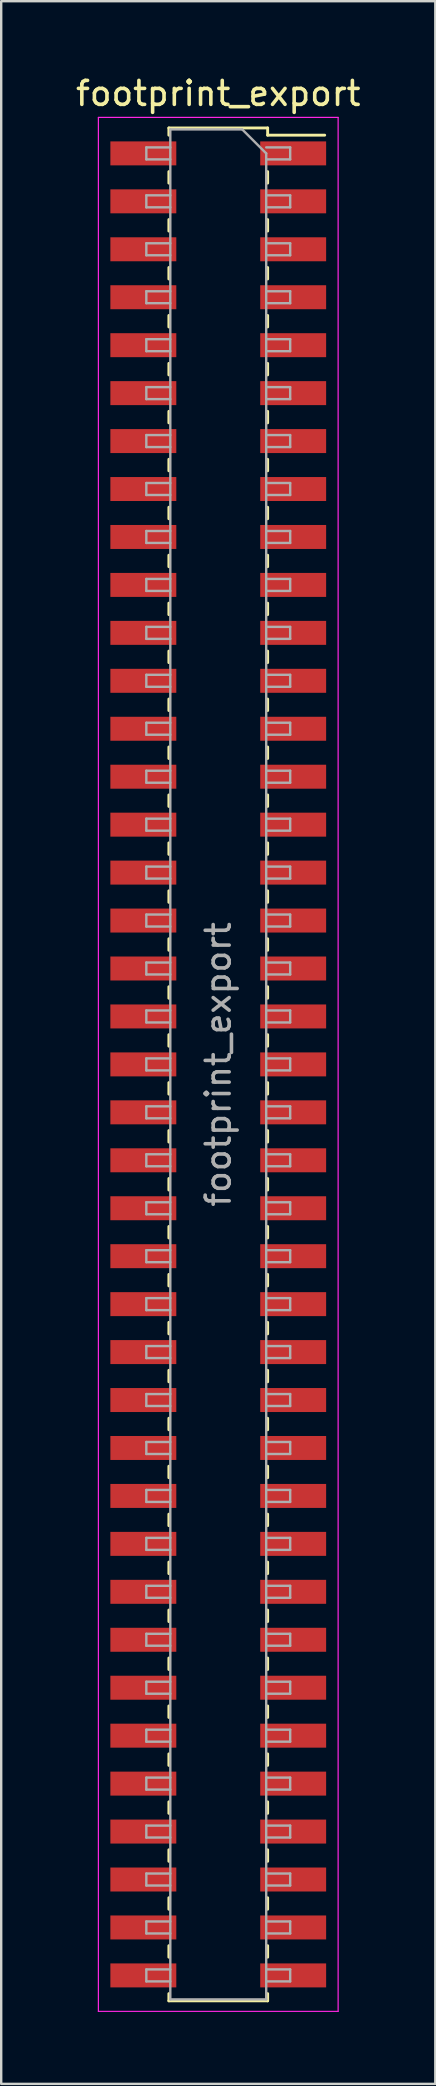
<source format=kicad_pcb>
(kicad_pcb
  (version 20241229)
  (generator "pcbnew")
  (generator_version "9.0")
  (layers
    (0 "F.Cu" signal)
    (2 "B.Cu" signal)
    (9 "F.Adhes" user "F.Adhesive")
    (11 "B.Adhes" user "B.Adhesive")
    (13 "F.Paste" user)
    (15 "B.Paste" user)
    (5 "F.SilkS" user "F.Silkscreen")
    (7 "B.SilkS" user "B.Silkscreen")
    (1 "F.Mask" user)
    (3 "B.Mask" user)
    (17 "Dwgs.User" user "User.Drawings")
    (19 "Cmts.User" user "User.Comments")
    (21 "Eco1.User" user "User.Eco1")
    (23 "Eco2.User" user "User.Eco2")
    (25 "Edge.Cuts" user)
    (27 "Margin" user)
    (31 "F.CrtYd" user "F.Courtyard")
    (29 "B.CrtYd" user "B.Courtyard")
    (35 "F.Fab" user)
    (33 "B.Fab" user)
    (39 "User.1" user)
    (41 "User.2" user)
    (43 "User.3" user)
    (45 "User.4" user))
  (footprint "footprint_export"
    (layer "F.Cu")
    (at 6.054 41.348)
    (property "Reference" "footprint_export" (at 0 -40.5 0) (layer "F.SilkS") (effects (font (size 1 1) (thickness 0.15))))
    (attr smd)
    (fp_line (start -2.06 -39.06) (end -2.06 -38.76) (stroke (width 0.12) (type solid)) (layer "F.SilkS"))
    (fp_line (start -2.06 -39.06) (end 2.06 -39.06) (stroke (width 0.12) (type solid)) (layer "F.SilkS"))
    (fp_line (start -2.06 -37.24) (end -2.06 -36.76) (stroke (width 0.12) (type solid)) (layer "F.SilkS"))
    (fp_line (start -2.06 -35.24) (end -2.06 -34.76) (stroke (width 0.12) (type solid)) (layer "F.SilkS"))
    (fp_line (start -2.06 -33.24) (end -2.06 -32.76) (stroke (width 0.12) (type solid)) (layer "F.SilkS"))
    (fp_line (start -2.06 -31.24) (end -2.06 -30.76) (stroke (width 0.12) (type solid)) (layer "F.SilkS"))
    (fp_line (start -2.06 -29.24) (end -2.06 -28.76) (stroke (width 0.12) (type solid)) (layer "F.SilkS"))
    (fp_line (start -2.06 -27.24) (end -2.06 -26.76) (stroke (width 0.12) (type solid)) (layer "F.SilkS"))
    (fp_line (start -2.06 -25.24) (end -2.06 -24.76) (stroke (width 0.12) (type solid)) (layer "F.SilkS"))
    (fp_line (start -2.06 -23.24) (end -2.06 -22.76) (stroke (width 0.12) (type solid)) (layer "F.SilkS"))
    (fp_line (start -2.06 -21.24) (end -2.06 -20.76) (stroke (width 0.12) (type solid)) (layer "F.SilkS"))
    (fp_line (start -2.06 -19.24) (end -2.06 -18.76) (stroke (width 0.12) (type solid)) (layer "F.SilkS"))
    (fp_line (start -2.06 -17.24) (end -2.06 -16.76) (stroke (width 0.12) (type solid)) (layer "F.SilkS"))
    (fp_line (start -2.06 -15.24) (end -2.06 -14.76) (stroke (width 0.12) (type solid)) (layer "F.SilkS"))
    (fp_line (start -2.06 -13.24) (end -2.06 -12.76) (stroke (width 0.12) (type solid)) (layer "F.SilkS"))
    (fp_line (start -2.06 -11.24) (end -2.06 -10.76) (stroke (width 0.12) (type solid)) (layer "F.SilkS"))
    (fp_line (start -2.06 -9.24) (end -2.06 -8.76) (stroke (width 0.12) (type solid)) (layer "F.SilkS"))
    (fp_line (start -2.06 -7.24) (end -2.06 -6.76) (stroke (width 0.12) (type solid)) (layer "F.SilkS"))
    (fp_line (start -2.06 -5.24) (end -2.06 -4.76) (stroke (width 0.12) (type solid)) (layer "F.SilkS"))
    (fp_line (start -2.06 -3.24) (end -2.06 -2.76) (stroke (width 0.12) (type solid)) (layer "F.SilkS"))
    (fp_line (start -2.06 -1.24) (end -2.06 -0.76) (stroke (width 0.12) (type solid)) (layer "F.SilkS"))
    (fp_line (start -2.06 0.76) (end -2.06 1.24) (stroke (width 0.12) (type solid)) (layer "F.SilkS"))
    (fp_line (start -2.06 2.76) (end -2.06 3.24) (stroke (width 0.12) (type solid)) (layer "F.SilkS"))
    (fp_line (start -2.06 4.76) (end -2.06 5.24) (stroke (width 0.12) (type solid)) (layer "F.SilkS"))
    (fp_line (start -2.06 6.76) (end -2.06 7.24) (stroke (width 0.12) (type solid)) (layer "F.SilkS"))
    (fp_line (start -2.06 8.76) (end -2.06 9.24) (stroke (width 0.12) (type solid)) (layer "F.SilkS"))
    (fp_line (start -2.06 10.76) (end -2.06 11.24) (stroke (width 0.12) (type solid)) (layer "F.SilkS"))
    (fp_line (start -2.06 12.76) (end -2.06 13.24) (stroke (width 0.12) (type solid)) (layer "F.SilkS"))
    (fp_line (start -2.06 14.76) (end -2.06 15.24) (stroke (width 0.12) (type solid)) (layer "F.SilkS"))
    (fp_line (start -2.06 16.76) (end -2.06 17.24) (stroke (width 0.12) (type solid)) (layer "F.SilkS"))
    (fp_line (start -2.06 18.76) (end -2.06 19.24) (stroke (width 0.12) (type solid)) (layer "F.SilkS"))
    (fp_line (start -2.06 20.76) (end -2.06 21.24) (stroke (width 0.12) (type solid)) (layer "F.SilkS"))
    (fp_line (start -2.06 22.76) (end -2.06 23.24) (stroke (width 0.12) (type solid)) (layer "F.SilkS"))
    (fp_line (start -2.06 24.76) (end -2.06 25.24) (stroke (width 0.12) (type solid)) (layer "F.SilkS"))
    (fp_line (start -2.06 26.76) (end -2.06 27.24) (stroke (width 0.12) (type solid)) (layer "F.SilkS"))
    (fp_line (start -2.06 28.76) (end -2.06 29.24) (stroke (width 0.12) (type solid)) (layer "F.SilkS"))
    (fp_line (start -2.06 30.76) (end -2.06 31.24) (stroke (width 0.12) (type solid)) (layer "F.SilkS"))
    (fp_line (start -2.06 32.76) (end -2.06 33.24) (stroke (width 0.12) (type solid)) (layer "F.SilkS"))
    (fp_line (start -2.06 34.76) (end -2.06 35.24) (stroke (width 0.12) (type solid)) (layer "F.SilkS"))
    (fp_line (start -2.06 36.76) (end -2.06 37.24) (stroke (width 0.12) (type solid)) (layer "F.SilkS"))
    (fp_line (start -2.06 38.76) (end -2.06 39.06) (stroke (width 0.12) (type solid)) (layer "F.SilkS"))
    (fp_line (start -2.06 39.06) (end 2.06 39.06) (stroke (width 0.12) (type solid)) (layer "F.SilkS"))
    (fp_line (start 2.06 -39.06) (end 2.06 -38.76) (stroke (width 0.12) (type solid)) (layer "F.SilkS"))
    (fp_line (start 2.06 -38.76) (end 4.44 -38.76) (stroke (width 0.12) (type solid)) (layer "F.SilkS"))
    (fp_line (start 2.06 -37.24) (end 2.06 -36.76) (stroke (width 0.12) (type solid)) (layer "F.SilkS"))
    (fp_line (start 2.06 -35.24) (end 2.06 -34.76) (stroke (width 0.12) (type solid)) (layer "F.SilkS"))
    (fp_line (start 2.06 -33.24) (end 2.06 -32.76) (stroke (width 0.12) (type solid)) (layer "F.SilkS"))
    (fp_line (start 2.06 -31.24) (end 2.06 -30.76) (stroke (width 0.12) (type solid)) (layer "F.SilkS"))
    (fp_line (start 2.06 -29.24) (end 2.06 -28.76) (stroke (width 0.12) (type solid)) (layer "F.SilkS"))
    (fp_line (start 2.06 -27.24) (end 2.06 -26.76) (stroke (width 0.12) (type solid)) (layer "F.SilkS"))
    (fp_line (start 2.06 -25.24) (end 2.06 -24.76) (stroke (width 0.12) (type solid)) (layer "F.SilkS"))
    (fp_line (start 2.06 -23.24) (end 2.06 -22.76) (stroke (width 0.12) (type solid)) (layer "F.SilkS"))
    (fp_line (start 2.06 -21.24) (end 2.06 -20.76) (stroke (width 0.12) (type solid)) (layer "F.SilkS"))
    (fp_line (start 2.06 -19.24) (end 2.06 -18.76) (stroke (width 0.12) (type solid)) (layer "F.SilkS"))
    (fp_line (start 2.06 -17.24) (end 2.06 -16.76) (stroke (width 0.12) (type solid)) (layer "F.SilkS"))
    (fp_line (start 2.06 -15.24) (end 2.06 -14.76) (stroke (width 0.12) (type solid)) (layer "F.SilkS"))
    (fp_line (start 2.06 -13.24) (end 2.06 -12.76) (stroke (width 0.12) (type solid)) (layer "F.SilkS"))
    (fp_line (start 2.06 -11.24) (end 2.06 -10.76) (stroke (width 0.12) (type solid)) (layer "F.SilkS"))
    (fp_line (start 2.06 -9.24) (end 2.06 -8.76) (stroke (width 0.12) (type solid)) (layer "F.SilkS"))
    (fp_line (start 2.06 -7.24) (end 2.06 -6.76) (stroke (width 0.12) (type solid)) (layer "F.SilkS"))
    (fp_line (start 2.06 -5.24) (end 2.06 -4.76) (stroke (width 0.12) (type solid)) (layer "F.SilkS"))
    (fp_line (start 2.06 -3.24) (end 2.06 -2.76) (stroke (width 0.12) (type solid)) (layer "F.SilkS"))
    (fp_line (start 2.06 -1.24) (end 2.06 -0.76) (stroke (width 0.12) (type solid)) (layer "F.SilkS"))
    (fp_line (start 2.06 0.76) (end 2.06 1.24) (stroke (width 0.12) (type solid)) (layer "F.SilkS"))
    (fp_line (start 2.06 2.76) (end 2.06 3.24) (stroke (width 0.12) (type solid)) (layer "F.SilkS"))
    (fp_line (start 2.06 4.76) (end 2.06 5.24) (stroke (width 0.12) (type solid)) (layer "F.SilkS"))
    (fp_line (start 2.06 6.76) (end 2.06 7.24) (stroke (width 0.12) (type solid)) (layer "F.SilkS"))
    (fp_line (start 2.06 8.76) (end 2.06 9.24) (stroke (width 0.12) (type solid)) (layer "F.SilkS"))
    (fp_line (start 2.06 10.76) (end 2.06 11.24) (stroke (width 0.12) (type solid)) (layer "F.SilkS"))
    (fp_line (start 2.06 12.76) (end 2.06 13.24) (stroke (width 0.12) (type solid)) (layer "F.SilkS"))
    (fp_line (start 2.06 14.76) (end 2.06 15.24) (stroke (width 0.12) (type solid)) (layer "F.SilkS"))
    (fp_line (start 2.06 16.76) (end 2.06 17.24) (stroke (width 0.12) (type solid)) (layer "F.SilkS"))
    (fp_line (start 2.06 18.76) (end 2.06 19.24) (stroke (width 0.12) (type solid)) (layer "F.SilkS"))
    (fp_line (start 2.06 20.76) (end 2.06 21.24) (stroke (width 0.12) (type solid)) (layer "F.SilkS"))
    (fp_line (start 2.06 22.76) (end 2.06 23.24) (stroke (width 0.12) (type solid)) (layer "F.SilkS"))
    (fp_line (start 2.06 24.76) (end 2.06 25.24) (stroke (width 0.12) (type solid)) (layer "F.SilkS"))
    (fp_line (start 2.06 26.76) (end 2.06 27.24) (stroke (width 0.12) (type solid)) (layer "F.SilkS"))
    (fp_line (start 2.06 28.76) (end 2.06 29.24) (stroke (width 0.12) (type solid)) (layer "F.SilkS"))
    (fp_line (start 2.06 30.76) (end 2.06 31.24) (stroke (width 0.12) (type solid)) (layer "F.SilkS"))
    (fp_line (start 2.06 32.76) (end 2.06 33.24) (stroke (width 0.12) (type solid)) (layer "F.SilkS"))
    (fp_line (start 2.06 34.76) (end 2.06 35.24) (stroke (width 0.12) (type solid)) (layer "F.SilkS"))
    (fp_line (start 2.06 36.76) (end 2.06 37.24) (stroke (width 0.12) (type solid)) (layer "F.SilkS"))
    (fp_line (start 2.06 38.76) (end 2.06 39.06) (stroke (width 0.12) (type solid)) (layer "F.SilkS"))
    (fp_line (start -5 -39.5) (end 5 -39.5) (stroke (width 0.05) (type solid)) (layer "F.CrtYd"))
    (fp_line (start -5 39.5) (end -5 -39.5) (stroke (width 0.05) (type solid)) (layer "F.CrtYd"))
    (fp_line (start 5 -39.5) (end 5 39.5) (stroke (width 0.05) (type solid)) (layer "F.CrtYd"))
    (fp_line (start 5 39.5) (end -5 39.5) (stroke (width 0.05) (type solid)) (layer "F.CrtYd"))
    (fp_line (start -3 -38.25) (end -2 -38.25) (stroke (width 0.1) (type solid)) (layer "F.Fab"))
    (fp_line (start -3 -37.75) (end -3 -38.25) (stroke (width 0.1) (type solid)) (layer "F.Fab"))
    (fp_line (start -3 -36.25) (end -2 -36.25) (stroke (width 0.1) (type solid)) (layer "F.Fab"))
    (fp_line (start -3 -35.75) (end -3 -36.25) (stroke (width 0.1) (type solid)) (layer "F.Fab"))
    (fp_line (start -3 -34.25) (end -2 -34.25) (stroke (width 0.1) (type solid)) (layer "F.Fab"))
    (fp_line (start -3 -33.75) (end -3 -34.25) (stroke (width 0.1) (type solid)) (layer "F.Fab"))
    (fp_line (start -3 -32.25) (end -2 -32.25) (stroke (width 0.1) (type solid)) (layer "F.Fab"))
    (fp_line (start -3 -31.75) (end -3 -32.25) (stroke (width 0.1) (type solid)) (layer "F.Fab"))
    (fp_line (start -3 -30.25) (end -2 -30.25) (stroke (width 0.1) (type solid)) (layer "F.Fab"))
    (fp_line (start -3 -29.75) (end -3 -30.25) (stroke (width 0.1) (type solid)) (layer "F.Fab"))
    (fp_line (start -3 -28.25) (end -2 -28.25) (stroke (width 0.1) (type solid)) (layer "F.Fab"))
    (fp_line (start -3 -27.75) (end -3 -28.25) (stroke (width 0.1) (type solid)) (layer "F.Fab"))
    (fp_line (start -3 -26.25) (end -2 -26.25) (stroke (width 0.1) (type solid)) (layer "F.Fab"))
    (fp_line (start -3 -25.75) (end -3 -26.25) (stroke (width 0.1) (type solid)) (layer "F.Fab"))
    (fp_line (start -3 -24.25) (end -2 -24.25) (stroke (width 0.1) (type solid)) (layer "F.Fab"))
    (fp_line (start -3 -23.75) (end -3 -24.25) (stroke (width 0.1) (type solid)) (layer "F.Fab"))
    (fp_line (start -3 -22.25) (end -2 -22.25) (stroke (width 0.1) (type solid)) (layer "F.Fab"))
    (fp_line (start -3 -21.75) (end -3 -22.25) (stroke (width 0.1) (type solid)) (layer "F.Fab"))
    (fp_line (start -3 -20.25) (end -2 -20.25) (stroke (width 0.1) (type solid)) (layer "F.Fab"))
    (fp_line (start -3 -19.75) (end -3 -20.25) (stroke (width 0.1) (type solid)) (layer "F.Fab"))
    (fp_line (start -3 -18.25) (end -2 -18.25) (stroke (width 0.1) (type solid)) (layer "F.Fab"))
    (fp_line (start -3 -17.75) (end -3 -18.25) (stroke (width 0.1) (type solid)) (layer "F.Fab"))
    (fp_line (start -3 -16.25) (end -2 -16.25) (stroke (width 0.1) (type solid)) (layer "F.Fab"))
    (fp_line (start -3 -15.75) (end -3 -16.25) (stroke (width 0.1) (type solid)) (layer "F.Fab"))
    (fp_line (start -3 -14.25) (end -2 -14.25) (stroke (width 0.1) (type solid)) (layer "F.Fab"))
    (fp_line (start -3 -13.75) (end -3 -14.25) (stroke (width 0.1) (type solid)) (layer "F.Fab"))
    (fp_line (start -3 -12.25) (end -2 -12.25) (stroke (width 0.1) (type solid)) (layer "F.Fab"))
    (fp_line (start -3 -11.75) (end -3 -12.25) (stroke (width 0.1) (type solid)) (layer "F.Fab"))
    (fp_line (start -3 -10.25) (end -2 -10.25) (stroke (width 0.1) (type solid)) (layer "F.Fab"))
    (fp_line (start -3 -9.75) (end -3 -10.25) (stroke (width 0.1) (type solid)) (layer "F.Fab"))
    (fp_line (start -3 -8.25) (end -2 -8.25) (stroke (width 0.1) (type solid)) (layer "F.Fab"))
    (fp_line (start -3 -7.75) (end -3 -8.25) (stroke (width 0.1) (type solid)) (layer "F.Fab"))
    (fp_line (start -3 -6.25) (end -2 -6.25) (stroke (width 0.1) (type solid)) (layer "F.Fab"))
    (fp_line (start -3 -5.75) (end -3 -6.25) (stroke (width 0.1) (type solid)) (layer "F.Fab"))
    (fp_line (start -3 -4.25) (end -2 -4.25) (stroke (width 0.1) (type solid)) (layer "F.Fab"))
    (fp_line (start -3 -3.75) (end -3 -4.25) (stroke (width 0.1) (type solid)) (layer "F.Fab"))
    (fp_line (start -3 -2.25) (end -2 -2.25) (stroke (width 0.1) (type solid)) (layer "F.Fab"))
    (fp_line (start -3 -1.75) (end -3 -2.25) (stroke (width 0.1) (type solid)) (layer "F.Fab"))
    (fp_line (start -3 -0.25) (end -2 -0.25) (stroke (width 0.1) (type solid)) (layer "F.Fab"))
    (fp_line (start -3 0.25) (end -3 -0.25) (stroke (width 0.1) (type solid)) (layer "F.Fab"))
    (fp_line (start -3 1.75) (end -2 1.75) (stroke (width 0.1) (type solid)) (layer "F.Fab"))
    (fp_line (start -3 2.25) (end -3 1.75) (stroke (width 0.1) (type solid)) (layer "F.Fab"))
    (fp_line (start -3 3.75) (end -2 3.75) (stroke (width 0.1) (type solid)) (layer "F.Fab"))
    (fp_line (start -3 4.25) (end -3 3.75) (stroke (width 0.1) (type solid)) (layer "F.Fab"))
    (fp_line (start -3 5.75) (end -2 5.75) (stroke (width 0.1) (type solid)) (layer "F.Fab"))
    (fp_line (start -3 6.25) (end -3 5.75) (stroke (width 0.1) (type solid)) (layer "F.Fab"))
    (fp_line (start -3 7.75) (end -2 7.75) (stroke (width 0.1) (type solid)) (layer "F.Fab"))
    (fp_line (start -3 8.25) (end -3 7.75) (stroke (width 0.1) (type solid)) (layer "F.Fab"))
    (fp_line (start -3 9.75) (end -2 9.75) (stroke (width 0.1) (type solid)) (layer "F.Fab"))
    (fp_line (start -3 10.25) (end -3 9.75) (stroke (width 0.1) (type solid)) (layer "F.Fab"))
    (fp_line (start -3 11.75) (end -2 11.75) (stroke (width 0.1) (type solid)) (layer "F.Fab"))
    (fp_line (start -3 12.25) (end -3 11.75) (stroke (width 0.1) (type solid)) (layer "F.Fab"))
    (fp_line (start -3 13.75) (end -2 13.75) (stroke (width 0.1) (type solid)) (layer "F.Fab"))
    (fp_line (start -3 14.25) (end -3 13.75) (stroke (width 0.1) (type solid)) (layer "F.Fab"))
    (fp_line (start -3 15.75) (end -2 15.75) (stroke (width 0.1) (type solid)) (layer "F.Fab"))
    (fp_line (start -3 16.25) (end -3 15.75) (stroke (width 0.1) (type solid)) (layer "F.Fab"))
    (fp_line (start -3 17.75) (end -2 17.75) (stroke (width 0.1) (type solid)) (layer "F.Fab"))
    (fp_line (start -3 18.25) (end -3 17.75) (stroke (width 0.1) (type solid)) (layer "F.Fab"))
    (fp_line (start -3 19.75) (end -2 19.75) (stroke (width 0.1) (type solid)) (layer "F.Fab"))
    (fp_line (start -3 20.25) (end -3 19.75) (stroke (width 0.1) (type solid)) (layer "F.Fab"))
    (fp_line (start -3 21.75) (end -2 21.75) (stroke (width 0.1) (type solid)) (layer "F.Fab"))
    (fp_line (start -3 22.25) (end -3 21.75) (stroke (width 0.1) (type solid)) (layer "F.Fab"))
    (fp_line (start -3 23.75) (end -2 23.75) (stroke (width 0.1) (type solid)) (layer "F.Fab"))
    (fp_line (start -3 24.25) (end -3 23.75) (stroke (width 0.1) (type solid)) (layer "F.Fab"))
    (fp_line (start -3 25.75) (end -2 25.75) (stroke (width 0.1) (type solid)) (layer "F.Fab"))
    (fp_line (start -3 26.25) (end -3 25.75) (stroke (width 0.1) (type solid)) (layer "F.Fab"))
    (fp_line (start -3 27.75) (end -2 27.75) (stroke (width 0.1) (type solid)) (layer "F.Fab"))
    (fp_line (start -3 28.25) (end -3 27.75) (stroke (width 0.1) (type solid)) (layer "F.Fab"))
    (fp_line (start -3 29.75) (end -2 29.75) (stroke (width 0.1) (type solid)) (layer "F.Fab"))
    (fp_line (start -3 30.25) (end -3 29.75) (stroke (width 0.1) (type solid)) (layer "F.Fab"))
    (fp_line (start -3 31.75) (end -2 31.75) (stroke (width 0.1) (type solid)) (layer "F.Fab"))
    (fp_line (start -3 32.25) (end -3 31.75) (stroke (width 0.1) (type solid)) (layer "F.Fab"))
    (fp_line (start -3 33.75) (end -2 33.75) (stroke (width 0.1) (type solid)) (layer "F.Fab"))
    (fp_line (start -3 34.25) (end -3 33.75) (stroke (width 0.1) (type solid)) (layer "F.Fab"))
    (fp_line (start -3 35.75) (end -2 35.75) (stroke (width 0.1) (type solid)) (layer "F.Fab"))
    (fp_line (start -3 36.25) (end -3 35.75) (stroke (width 0.1) (type solid)) (layer "F.Fab"))
    (fp_line (start -3 37.75) (end -2 37.75) (stroke (width 0.1) (type solid)) (layer "F.Fab"))
    (fp_line (start -3 38.25) (end -3 37.75) (stroke (width 0.1) (type solid)) (layer "F.Fab"))
    (fp_line (start -2 -39) (end 1 -39) (stroke (width 0.1) (type solid)) (layer "F.Fab"))
    (fp_line (start -2 -37.75) (end -3 -37.75) (stroke (width 0.1) (type solid)) (layer "F.Fab"))
    (fp_line (start -2 -35.75) (end -3 -35.75) (stroke (width 0.1) (type solid)) (layer "F.Fab"))
    (fp_line (start -2 -33.75) (end -3 -33.75) (stroke (width 0.1) (type solid)) (layer "F.Fab"))
    (fp_line (start -2 -31.75) (end -3 -31.75) (stroke (width 0.1) (type solid)) (layer "F.Fab"))
    (fp_line (start -2 -29.75) (end -3 -29.75) (stroke (width 0.1) (type solid)) (layer "F.Fab"))
    (fp_line (start -2 -27.75) (end -3 -27.75) (stroke (width 0.1) (type solid)) (layer "F.Fab"))
    (fp_line (start -2 -25.75) (end -3 -25.75) (stroke (width 0.1) (type solid)) (layer "F.Fab"))
    (fp_line (start -2 -23.75) (end -3 -23.75) (stroke (width 0.1) (type solid)) (layer "F.Fab"))
    (fp_line (start -2 -21.75) (end -3 -21.75) (stroke (width 0.1) (type solid)) (layer "F.Fab"))
    (fp_line (start -2 -19.75) (end -3 -19.75) (stroke (width 0.1) (type solid)) (layer "F.Fab"))
    (fp_line (start -2 -17.75) (end -3 -17.75) (stroke (width 0.1) (type solid)) (layer "F.Fab"))
    (fp_line (start -2 -15.75) (end -3 -15.75) (stroke (width 0.1) (type solid)) (layer "F.Fab"))
    (fp_line (start -2 -13.75) (end -3 -13.75) (stroke (width 0.1) (type solid)) (layer "F.Fab"))
    (fp_line (start -2 -11.75) (end -3 -11.75) (stroke (width 0.1) (type solid)) (layer "F.Fab"))
    (fp_line (start -2 -9.75) (end -3 -9.75) (stroke (width 0.1) (type solid)) (layer "F.Fab"))
    (fp_line (start -2 -7.75) (end -3 -7.75) (stroke (width 0.1) (type solid)) (layer "F.Fab"))
    (fp_line (start -2 -5.75) (end -3 -5.75) (stroke (width 0.1) (type solid)) (layer "F.Fab"))
    (fp_line (start -2 -3.75) (end -3 -3.75) (stroke (width 0.1) (type solid)) (layer "F.Fab"))
    (fp_line (start -2 -1.75) (end -3 -1.75) (stroke (width 0.1) (type solid)) (layer "F.Fab"))
    (fp_line (start -2 0.25) (end -3 0.25) (stroke (width 0.1) (type solid)) (layer "F.Fab"))
    (fp_line (start -2 2.25) (end -3 2.25) (stroke (width 0.1) (type solid)) (layer "F.Fab"))
    (fp_line (start -2 4.25) (end -3 4.25) (stroke (width 0.1) (type solid)) (layer "F.Fab"))
    (fp_line (start -2 6.25) (end -3 6.25) (stroke (width 0.1) (type solid)) (layer "F.Fab"))
    (fp_line (start -2 8.25) (end -3 8.25) (stroke (width 0.1) (type solid)) (layer "F.Fab"))
    (fp_line (start -2 10.25) (end -3 10.25) (stroke (width 0.1) (type solid)) (layer "F.Fab"))
    (fp_line (start -2 12.25) (end -3 12.25) (stroke (width 0.1) (type solid)) (layer "F.Fab"))
    (fp_line (start -2 14.25) (end -3 14.25) (stroke (width 0.1) (type solid)) (layer "F.Fab"))
    (fp_line (start -2 16.25) (end -3 16.25) (stroke (width 0.1) (type solid)) (layer "F.Fab"))
    (fp_line (start -2 18.25) (end -3 18.25) (stroke (width 0.1) (type solid)) (layer "F.Fab"))
    (fp_line (start -2 20.25) (end -3 20.25) (stroke (width 0.1) (type solid)) (layer "F.Fab"))
    (fp_line (start -2 22.25) (end -3 22.25) (stroke (width 0.1) (type solid)) (layer "F.Fab"))
    (fp_line (start -2 24.25) (end -3 24.25) (stroke (width 0.1) (type solid)) (layer "F.Fab"))
    (fp_line (start -2 26.25) (end -3 26.25) (stroke (width 0.1) (type solid)) (layer "F.Fab"))
    (fp_line (start -2 28.25) (end -3 28.25) (stroke (width 0.1) (type solid)) (layer "F.Fab"))
    (fp_line (start -2 30.25) (end -3 30.25) (stroke (width 0.1) (type solid)) (layer "F.Fab"))
    (fp_line (start -2 32.25) (end -3 32.25) (stroke (width 0.1) (type solid)) (layer "F.Fab"))
    (fp_line (start -2 34.25) (end -3 34.25) (stroke (width 0.1) (type solid)) (layer "F.Fab"))
    (fp_line (start -2 36.25) (end -3 36.25) (stroke (width 0.1) (type solid)) (layer "F.Fab"))
    (fp_line (start -2 38.25) (end -3 38.25) (stroke (width 0.1) (type solid)) (layer "F.Fab"))
    (fp_line (start -2 39) (end -2 -39) (stroke (width 0.1) (type solid)) (layer "F.Fab"))
    (fp_line (start 1 -39) (end 2 -38) (stroke (width 0.1) (type solid)) (layer "F.Fab"))
    (fp_line (start 2 -38.25) (end 3 -38.25) (stroke (width 0.1) (type solid)) (layer "F.Fab"))
    (fp_line (start 2 -38) (end 2 39) (stroke (width 0.1) (type solid)) (layer "F.Fab"))
    (fp_line (start 2 -36.25) (end 3 -36.25) (stroke (width 0.1) (type solid)) (layer "F.Fab"))
    (fp_line (start 2 -34.25) (end 3 -34.25) (stroke (width 0.1) (type solid)) (layer "F.Fab"))
    (fp_line (start 2 -32.25) (end 3 -32.25) (stroke (width 0.1) (type solid)) (layer "F.Fab"))
    (fp_line (start 2 -30.25) (end 3 -30.25) (stroke (width 0.1) (type solid)) (layer "F.Fab"))
    (fp_line (start 2 -28.25) (end 3 -28.25) (stroke (width 0.1) (type solid)) (layer "F.Fab"))
    (fp_line (start 2 -26.25) (end 3 -26.25) (stroke (width 0.1) (type solid)) (layer "F.Fab"))
    (fp_line (start 2 -24.25) (end 3 -24.25) (stroke (width 0.1) (type solid)) (layer "F.Fab"))
    (fp_line (start 2 -22.25) (end 3 -22.25) (stroke (width 0.1) (type solid)) (layer "F.Fab"))
    (fp_line (start 2 -20.25) (end 3 -20.25) (stroke (width 0.1) (type solid)) (layer "F.Fab"))
    (fp_line (start 2 -18.25) (end 3 -18.25) (stroke (width 0.1) (type solid)) (layer "F.Fab"))
    (fp_line (start 2 -16.25) (end 3 -16.25) (stroke (width 0.1) (type solid)) (layer "F.Fab"))
    (fp_line (start 2 -14.25) (end 3 -14.25) (stroke (width 0.1) (type solid)) (layer "F.Fab"))
    (fp_line (start 2 -12.25) (end 3 -12.25) (stroke (width 0.1) (type solid)) (layer "F.Fab"))
    (fp_line (start 2 -10.25) (end 3 -10.25) (stroke (width 0.1) (type solid)) (layer "F.Fab"))
    (fp_line (start 2 -8.25) (end 3 -8.25) (stroke (width 0.1) (type solid)) (layer "F.Fab"))
    (fp_line (start 2 -6.25) (end 3 -6.25) (stroke (width 0.1) (type solid)) (layer "F.Fab"))
    (fp_line (start 2 -4.25) (end 3 -4.25) (stroke (width 0.1) (type solid)) (layer "F.Fab"))
    (fp_line (start 2 -2.25) (end 3 -2.25) (stroke (width 0.1) (type solid)) (layer "F.Fab"))
    (fp_line (start 2 -0.25) (end 3 -0.25) (stroke (width 0.1) (type solid)) (layer "F.Fab"))
    (fp_line (start 2 1.75) (end 3 1.75) (stroke (width 0.1) (type solid)) (layer "F.Fab"))
    (fp_line (start 2 3.75) (end 3 3.75) (stroke (width 0.1) (type solid)) (layer "F.Fab"))
    (fp_line (start 2 5.75) (end 3 5.75) (stroke (width 0.1) (type solid)) (layer "F.Fab"))
    (fp_line (start 2 7.75) (end 3 7.75) (stroke (width 0.1) (type solid)) (layer "F.Fab"))
    (fp_line (start 2 9.75) (end 3 9.75) (stroke (width 0.1) (type solid)) (layer "F.Fab"))
    (fp_line (start 2 11.75) (end 3 11.75) (stroke (width 0.1) (type solid)) (layer "F.Fab"))
    (fp_line (start 2 13.75) (end 3 13.75) (stroke (width 0.1) (type solid)) (layer "F.Fab"))
    (fp_line (start 2 15.75) (end 3 15.75) (stroke (width 0.1) (type solid)) (layer "F.Fab"))
    (fp_line (start 2 17.75) (end 3 17.75) (stroke (width 0.1) (type solid)) (layer "F.Fab"))
    (fp_line (start 2 19.75) (end 3 19.75) (stroke (width 0.1) (type solid)) (layer "F.Fab"))
    (fp_line (start 2 21.75) (end 3 21.75) (stroke (width 0.1) (type solid)) (layer "F.Fab"))
    (fp_line (start 2 23.75) (end 3 23.75) (stroke (width 0.1) (type solid)) (layer "F.Fab"))
    (fp_line (start 2 25.75) (end 3 25.75) (stroke (width 0.1) (type solid)) (layer "F.Fab"))
    (fp_line (start 2 27.75) (end 3 27.75) (stroke (width 0.1) (type solid)) (layer "F.Fab"))
    (fp_line (start 2 29.75) (end 3 29.75) (stroke (width 0.1) (type solid)) (layer "F.Fab"))
    (fp_line (start 2 31.75) (end 3 31.75) (stroke (width 0.1) (type solid)) (layer "F.Fab"))
    (fp_line (start 2 33.75) (end 3 33.75) (stroke (width 0.1) (type solid)) (layer "F.Fab"))
    (fp_line (start 2 35.75) (end 3 35.75) (stroke (width 0.1) (type solid)) (layer "F.Fab"))
    (fp_line (start 2 37.75) (end 3 37.75) (stroke (width 0.1) (type solid)) (layer "F.Fab"))
    (fp_line (start 2 39) (end -2 39) (stroke (width 0.1) (type solid)) (layer "F.Fab"))
    (fp_line (start 3 -38.25) (end 3 -37.75) (stroke (width 0.1) (type solid)) (layer "F.Fab"))
    (fp_line (start 3 -37.75) (end 2 -37.75) (stroke (width 0.1) (type solid)) (layer "F.Fab"))
    (fp_line (start 3 -36.25) (end 3 -35.75) (stroke (width 0.1) (type solid)) (layer "F.Fab"))
    (fp_line (start 3 -35.75) (end 2 -35.75) (stroke (width 0.1) (type solid)) (layer "F.Fab"))
    (fp_line (start 3 -34.25) (end 3 -33.75) (stroke (width 0.1) (type solid)) (layer "F.Fab"))
    (fp_line (start 3 -33.75) (end 2 -33.75) (stroke (width 0.1) (type solid)) (layer "F.Fab"))
    (fp_line (start 3 -32.25) (end 3 -31.75) (stroke (width 0.1) (type solid)) (layer "F.Fab"))
    (fp_line (start 3 -31.75) (end 2 -31.75) (stroke (width 0.1) (type solid)) (layer "F.Fab"))
    (fp_line (start 3 -30.25) (end 3 -29.75) (stroke (width 0.1) (type solid)) (layer "F.Fab"))
    (fp_line (start 3 -29.75) (end 2 -29.75) (stroke (width 0.1) (type solid)) (layer "F.Fab"))
    (fp_line (start 3 -28.25) (end 3 -27.75) (stroke (width 0.1) (type solid)) (layer "F.Fab"))
    (fp_line (start 3 -27.75) (end 2 -27.75) (stroke (width 0.1) (type solid)) (layer "F.Fab"))
    (fp_line (start 3 -26.25) (end 3 -25.75) (stroke (width 0.1) (type solid)) (layer "F.Fab"))
    (fp_line (start 3 -25.75) (end 2 -25.75) (stroke (width 0.1) (type solid)) (layer "F.Fab"))
    (fp_line (start 3 -24.25) (end 3 -23.75) (stroke (width 0.1) (type solid)) (layer "F.Fab"))
    (fp_line (start 3 -23.75) (end 2 -23.75) (stroke (width 0.1) (type solid)) (layer "F.Fab"))
    (fp_line (start 3 -22.25) (end 3 -21.75) (stroke (width 0.1) (type solid)) (layer "F.Fab"))
    (fp_line (start 3 -21.75) (end 2 -21.75) (stroke (width 0.1) (type solid)) (layer "F.Fab"))
    (fp_line (start 3 -20.25) (end 3 -19.75) (stroke (width 0.1) (type solid)) (layer "F.Fab"))
    (fp_line (start 3 -19.75) (end 2 -19.75) (stroke (width 0.1) (type solid)) (layer "F.Fab"))
    (fp_line (start 3 -18.25) (end 3 -17.75) (stroke (width 0.1) (type solid)) (layer "F.Fab"))
    (fp_line (start 3 -17.75) (end 2 -17.75) (stroke (width 0.1) (type solid)) (layer "F.Fab"))
    (fp_line (start 3 -16.25) (end 3 -15.75) (stroke (width 0.1) (type solid)) (layer "F.Fab"))
    (fp_line (start 3 -15.75) (end 2 -15.75) (stroke (width 0.1) (type solid)) (layer "F.Fab"))
    (fp_line (start 3 -14.25) (end 3 -13.75) (stroke (width 0.1) (type solid)) (layer "F.Fab"))
    (fp_line (start 3 -13.75) (end 2 -13.75) (stroke (width 0.1) (type solid)) (layer "F.Fab"))
    (fp_line (start 3 -12.25) (end 3 -11.75) (stroke (width 0.1) (type solid)) (layer "F.Fab"))
    (fp_line (start 3 -11.75) (end 2 -11.75) (stroke (width 0.1) (type solid)) (layer "F.Fab"))
    (fp_line (start 3 -10.25) (end 3 -9.75) (stroke (width 0.1) (type solid)) (layer "F.Fab"))
    (fp_line (start 3 -9.75) (end 2 -9.75) (stroke (width 0.1) (type solid)) (layer "F.Fab"))
    (fp_line (start 3 -8.25) (end 3 -7.75) (stroke (width 0.1) (type solid)) (layer "F.Fab"))
    (fp_line (start 3 -7.75) (end 2 -7.75) (stroke (width 0.1) (type solid)) (layer "F.Fab"))
    (fp_line (start 3 -6.25) (end 3 -5.75) (stroke (width 0.1) (type solid)) (layer "F.Fab"))
    (fp_line (start 3 -5.75) (end 2 -5.75) (stroke (width 0.1) (type solid)) (layer "F.Fab"))
    (fp_line (start 3 -4.25) (end 3 -3.75) (stroke (width 0.1) (type solid)) (layer "F.Fab"))
    (fp_line (start 3 -3.75) (end 2 -3.75) (stroke (width 0.1) (type solid)) (layer "F.Fab"))
    (fp_line (start 3 -2.25) (end 3 -1.75) (stroke (width 0.1) (type solid)) (layer "F.Fab"))
    (fp_line (start 3 -1.75) (end 2 -1.75) (stroke (width 0.1) (type solid)) (layer "F.Fab"))
    (fp_line (start 3 -0.25) (end 3 0.25) (stroke (width 0.1) (type solid)) (layer "F.Fab"))
    (fp_line (start 3 0.25) (end 2 0.25) (stroke (width 0.1) (type solid)) (layer "F.Fab"))
    (fp_line (start 3 1.75) (end 3 2.25) (stroke (width 0.1) (type solid)) (layer "F.Fab"))
    (fp_line (start 3 2.25) (end 2 2.25) (stroke (width 0.1) (type solid)) (layer "F.Fab"))
    (fp_line (start 3 3.75) (end 3 4.25) (stroke (width 0.1) (type solid)) (layer "F.Fab"))
    (fp_line (start 3 4.25) (end 2 4.25) (stroke (width 0.1) (type solid)) (layer "F.Fab"))
    (fp_line (start 3 5.75) (end 3 6.25) (stroke (width 0.1) (type solid)) (layer "F.Fab"))
    (fp_line (start 3 6.25) (end 2 6.25) (stroke (width 0.1) (type solid)) (layer "F.Fab"))
    (fp_line (start 3 7.75) (end 3 8.25) (stroke (width 0.1) (type solid)) (layer "F.Fab"))
    (fp_line (start 3 8.25) (end 2 8.25) (stroke (width 0.1) (type solid)) (layer "F.Fab"))
    (fp_line (start 3 9.75) (end 3 10.25) (stroke (width 0.1) (type solid)) (layer "F.Fab"))
    (fp_line (start 3 10.25) (end 2 10.25) (stroke (width 0.1) (type solid)) (layer "F.Fab"))
    (fp_line (start 3 11.75) (end 3 12.25) (stroke (width 0.1) (type solid)) (layer "F.Fab"))
    (fp_line (start 3 12.25) (end 2 12.25) (stroke (width 0.1) (type solid)) (layer "F.Fab"))
    (fp_line (start 3 13.75) (end 3 14.25) (stroke (width 0.1) (type solid)) (layer "F.Fab"))
    (fp_line (start 3 14.25) (end 2 14.25) (stroke (width 0.1) (type solid)) (layer "F.Fab"))
    (fp_line (start 3 15.75) (end 3 16.25) (stroke (width 0.1) (type solid)) (layer "F.Fab"))
    (fp_line (start 3 16.25) (end 2 16.25) (stroke (width 0.1) (type solid)) (layer "F.Fab"))
    (fp_line (start 3 17.75) (end 3 18.25) (stroke (width 0.1) (type solid)) (layer "F.Fab"))
    (fp_line (start 3 18.25) (end 2 18.25) (stroke (width 0.1) (type solid)) (layer "F.Fab"))
    (fp_line (start 3 19.75) (end 3 20.25) (stroke (width 0.1) (type solid)) (layer "F.Fab"))
    (fp_line (start 3 20.25) (end 2 20.25) (stroke (width 0.1) (type solid)) (layer "F.Fab"))
    (fp_line (start 3 21.75) (end 3 22.25) (stroke (width 0.1) (type solid)) (layer "F.Fab"))
    (fp_line (start 3 22.25) (end 2 22.25) (stroke (width 0.1) (type solid)) (layer "F.Fab"))
    (fp_line (start 3 23.75) (end 3 24.25) (stroke (width 0.1) (type solid)) (layer "F.Fab"))
    (fp_line (start 3 24.25) (end 2 24.25) (stroke (width 0.1) (type solid)) (layer "F.Fab"))
    (fp_line (start 3 25.75) (end 3 26.25) (stroke (width 0.1) (type solid)) (layer "F.Fab"))
    (fp_line (start 3 26.25) (end 2 26.25) (stroke (width 0.1) (type solid)) (layer "F.Fab"))
    (fp_line (start 3 27.75) (end 3 28.25) (stroke (width 0.1) (type solid)) (layer "F.Fab"))
    (fp_line (start 3 28.25) (end 2 28.25) (stroke (width 0.1) (type solid)) (layer "F.Fab"))
    (fp_line (start 3 29.75) (end 3 30.25) (stroke (width 0.1) (type solid)) (layer "F.Fab"))
    (fp_line (start 3 30.25) (end 2 30.25) (stroke (width 0.1) (type solid)) (layer "F.Fab"))
    (fp_line (start 3 31.75) (end 3 32.25) (stroke (width 0.1) (type solid)) (layer "F.Fab"))
    (fp_line (start 3 32.25) (end 2 32.25) (stroke (width 0.1) (type solid)) (layer "F.Fab"))
    (fp_line (start 3 33.75) (end 3 34.25) (stroke (width 0.1) (type solid)) (layer "F.Fab"))
    (fp_line (start 3 34.25) (end 2 34.25) (stroke (width 0.1) (type solid)) (layer "F.Fab"))
    (fp_line (start 3 35.75) (end 3 36.25) (stroke (width 0.1) (type solid)) (layer "F.Fab"))
    (fp_line (start 3 36.25) (end 2 36.25) (stroke (width 0.1) (type solid)) (layer "F.Fab"))
    (fp_line (start 3 37.75) (end 3 38.25) (stroke (width 0.1) (type solid)) (layer "F.Fab"))
    (fp_line (start 3 38.25) (end 2 38.25) (stroke (width 0.1) (type solid)) (layer "F.Fab"))
    (fp_text user "${REFERENCE}" (at 0 0 90) (layer "F.Fab") (effects (font (size 1 1) (thickness 0.15))))
    (pad "1" smd rect (at 3.125 -38) (size 2.75 1) (layers "F.Cu" "F.Mask" "F.Paste"))
    (pad "2" smd rect (at -3.125 -38) (size 2.75 1) (layers "F.Cu" "F.Mask" "F.Paste"))
    (pad "3" smd rect (at 3.125 -36) (size 2.75 1) (layers "F.Cu" "F.Mask" "F.Paste"))
    (pad "4" smd rect (at -3.125 -36) (size 2.75 1) (layers "F.Cu" "F.Mask" "F.Paste"))
    (pad "5" smd rect (at 3.125 -34) (size 2.75 1) (layers "F.Cu" "F.Mask" "F.Paste"))
    (pad "6" smd rect (at -3.125 -34) (size 2.75 1) (layers "F.Cu" "F.Mask" "F.Paste"))
    (pad "7" smd rect (at 3.125 -32) (size 2.75 1) (layers "F.Cu" "F.Mask" "F.Paste"))
    (pad "8" smd rect (at -3.125 -32) (size 2.75 1) (layers "F.Cu" "F.Mask" "F.Paste"))
    (pad "9" smd rect (at 3.125 -30) (size 2.75 1) (layers "F.Cu" "F.Mask" "F.Paste"))
    (pad "10" smd rect (at -3.125 -30) (size 2.75 1) (layers "F.Cu" "F.Mask" "F.Paste"))
    (pad "11" smd rect (at 3.125 -28) (size 2.75 1) (layers "F.Cu" "F.Mask" "F.Paste"))
    (pad "12" smd rect (at -3.125 -28) (size 2.75 1) (layers "F.Cu" "F.Mask" "F.Paste"))
    (pad "13" smd rect (at 3.125 -26) (size 2.75 1) (layers "F.Cu" "F.Mask" "F.Paste"))
    (pad "14" smd rect (at -3.125 -26) (size 2.75 1) (layers "F.Cu" "F.Mask" "F.Paste"))
    (pad "15" smd rect (at 3.125 -24) (size 2.75 1) (layers "F.Cu" "F.Mask" "F.Paste"))
    (pad "16" smd rect (at -3.125 -24) (size 2.75 1) (layers "F.Cu" "F.Mask" "F.Paste"))
    (pad "17" smd rect (at 3.125 -22) (size 2.75 1) (layers "F.Cu" "F.Mask" "F.Paste"))
    (pad "18" smd rect (at -3.125 -22) (size 2.75 1) (layers "F.Cu" "F.Mask" "F.Paste"))
    (pad "19" smd rect (at 3.125 -20) (size 2.75 1) (layers "F.Cu" "F.Mask" "F.Paste"))
    (pad "20" smd rect (at -3.125 -20) (size 2.75 1) (layers "F.Cu" "F.Mask" "F.Paste"))
    (pad "21" smd rect (at 3.125 -18) (size 2.75 1) (layers "F.Cu" "F.Mask" "F.Paste"))
    (pad "22" smd rect (at -3.125 -18) (size 2.75 1) (layers "F.Cu" "F.Mask" "F.Paste"))
    (pad "23" smd rect (at 3.125 -16) (size 2.75 1) (layers "F.Cu" "F.Mask" "F.Paste"))
    (pad "24" smd rect (at -3.125 -16) (size 2.75 1) (layers "F.Cu" "F.Mask" "F.Paste"))
    (pad "25" smd rect (at 3.125 -14) (size 2.75 1) (layers "F.Cu" "F.Mask" "F.Paste"))
    (pad "26" smd rect (at -3.125 -14) (size 2.75 1) (layers "F.Cu" "F.Mask" "F.Paste"))
    (pad "27" smd rect (at 3.125 -12) (size 2.75 1) (layers "F.Cu" "F.Mask" "F.Paste"))
    (pad "28" smd rect (at -3.125 -12) (size 2.75 1) (layers "F.Cu" "F.Mask" "F.Paste"))
    (pad "29" smd rect (at 3.125 -10) (size 2.75 1) (layers "F.Cu" "F.Mask" "F.Paste"))
    (pad "30" smd rect (at -3.125 -10) (size 2.75 1) (layers "F.Cu" "F.Mask" "F.Paste"))
    (pad "31" smd rect (at 3.125 -8) (size 2.75 1) (layers "F.Cu" "F.Mask" "F.Paste"))
    (pad "32" smd rect (at -3.125 -8) (size 2.75 1) (layers "F.Cu" "F.Mask" "F.Paste"))
    (pad "33" smd rect (at 3.125 -6) (size 2.75 1) (layers "F.Cu" "F.Mask" "F.Paste"))
    (pad "34" smd rect (at -3.125 -6) (size 2.75 1) (layers "F.Cu" "F.Mask" "F.Paste"))
    (pad "35" smd rect (at 3.125 -4) (size 2.75 1) (layers "F.Cu" "F.Mask" "F.Paste"))
    (pad "36" smd rect (at -3.125 -4) (size 2.75 1) (layers "F.Cu" "F.Mask" "F.Paste"))
    (pad "37" smd rect (at 3.125 -2) (size 2.75 1) (layers "F.Cu" "F.Mask" "F.Paste"))
    (pad "38" smd rect (at -3.125 -2) (size 2.75 1) (layers "F.Cu" "F.Mask" "F.Paste"))
    (pad "39" smd rect (at 3.125 0) (size 2.75 1) (layers "F.Cu" "F.Mask" "F.Paste"))
    (pad "40" smd rect (at -3.125 0) (size 2.75 1) (layers "F.Cu" "F.Mask" "F.Paste"))
    (pad "41" smd rect (at 3.125 2) (size 2.75 1) (layers "F.Cu" "F.Mask" "F.Paste"))
    (pad "42" smd rect (at -3.125 2) (size 2.75 1) (layers "F.Cu" "F.Mask" "F.Paste"))
    (pad "43" smd rect (at 3.125 4) (size 2.75 1) (layers "F.Cu" "F.Mask" "F.Paste"))
    (pad "44" smd rect (at -3.125 4) (size 2.75 1) (layers "F.Cu" "F.Mask" "F.Paste"))
    (pad "45" smd rect (at 3.125 6) (size 2.75 1) (layers "F.Cu" "F.Mask" "F.Paste"))
    (pad "46" smd rect (at -3.125 6) (size 2.75 1) (layers "F.Cu" "F.Mask" "F.Paste"))
    (pad "47" smd rect (at 3.125 8) (size 2.75 1) (layers "F.Cu" "F.Mask" "F.Paste"))
    (pad "48" smd rect (at -3.125 8) (size 2.75 1) (layers "F.Cu" "F.Mask" "F.Paste"))
    (pad "49" smd rect (at 3.125 10) (size 2.75 1) (layers "F.Cu" "F.Mask" "F.Paste"))
    (pad "50" smd rect (at -3.125 10) (size 2.75 1) (layers "F.Cu" "F.Mask" "F.Paste"))
    (pad "51" smd rect (at 3.125 12) (size 2.75 1) (layers "F.Cu" "F.Mask" "F.Paste"))
    (pad "52" smd rect (at -3.125 12) (size 2.75 1) (layers "F.Cu" "F.Mask" "F.Paste"))
    (pad "53" smd rect (at 3.125 14) (size 2.75 1) (layers "F.Cu" "F.Mask" "F.Paste"))
    (pad "54" smd rect (at -3.125 14) (size 2.75 1) (layers "F.Cu" "F.Mask" "F.Paste"))
    (pad "55" smd rect (at 3.125 16) (size 2.75 1) (layers "F.Cu" "F.Mask" "F.Paste"))
    (pad "56" smd rect (at -3.125 16) (size 2.75 1) (layers "F.Cu" "F.Mask" "F.Paste"))
    (pad "57" smd rect (at 3.125 18) (size 2.75 1) (layers "F.Cu" "F.Mask" "F.Paste"))
    (pad "58" smd rect (at -3.125 18) (size 2.75 1) (layers "F.Cu" "F.Mask" "F.Paste"))
    (pad "59" smd rect (at 3.125 20) (size 2.75 1) (layers "F.Cu" "F.Mask" "F.Paste"))
    (pad "60" smd rect (at -3.125 20) (size 2.75 1) (layers "F.Cu" "F.Mask" "F.Paste"))
    (pad "61" smd rect (at 3.125 22) (size 2.75 1) (layers "F.Cu" "F.Mask" "F.Paste"))
    (pad "62" smd rect (at -3.125 22) (size 2.75 1) (layers "F.Cu" "F.Mask" "F.Paste"))
    (pad "63" smd rect (at 3.125 24) (size 2.75 1) (layers "F.Cu" "F.Mask" "F.Paste"))
    (pad "64" smd rect (at -3.125 24) (size 2.75 1) (layers "F.Cu" "F.Mask" "F.Paste"))
    (pad "65" smd rect (at 3.125 26) (size 2.75 1) (layers "F.Cu" "F.Mask" "F.Paste"))
    (pad "66" smd rect (at -3.125 26) (size 2.75 1) (layers "F.Cu" "F.Mask" "F.Paste"))
    (pad "67" smd rect (at 3.125 28) (size 2.75 1) (layers "F.Cu" "F.Mask" "F.Paste"))
    (pad "68" smd rect (at -3.125 28) (size 2.75 1) (layers "F.Cu" "F.Mask" "F.Paste"))
    (pad "69" smd rect (at 3.125 30) (size 2.75 1) (layers "F.Cu" "F.Mask" "F.Paste"))
    (pad "70" smd rect (at -3.125 30) (size 2.75 1) (layers "F.Cu" "F.Mask" "F.Paste"))
    (pad "71" smd rect (at 3.125 32) (size 2.75 1) (layers "F.Cu" "F.Mask" "F.Paste"))
    (pad "72" smd rect (at -3.125 32) (size 2.75 1) (layers "F.Cu" "F.Mask" "F.Paste"))
    (pad "73" smd rect (at 3.125 34) (size 2.75 1) (layers "F.Cu" "F.Mask" "F.Paste"))
    (pad "74" smd rect (at -3.125 34) (size 2.75 1) (layers "F.Cu" "F.Mask" "F.Paste"))
    (pad "75" smd rect (at 3.125 36) (size 2.75 1) (layers "F.Cu" "F.Mask" "F.Paste"))
    (pad "76" smd rect (at -3.125 36) (size 2.75 1) (layers "F.Cu" "F.Mask" "F.Paste"))
    (pad "77" smd rect (at 3.125 38) (size 2.75 1) (layers "F.Cu" "F.Mask" "F.Paste"))
    (pad "78" smd rect (at -3.125 38) (size 2.75 1) (layers "F.Cu" "F.Mask" "F.Paste")))
  (gr_rect
    (start -3 -3)
    (end 15.107 83.873)
    (stroke (width 0.1) (type default))
    (fill no)
    (layer "Edge.Cuts")))
</source>
